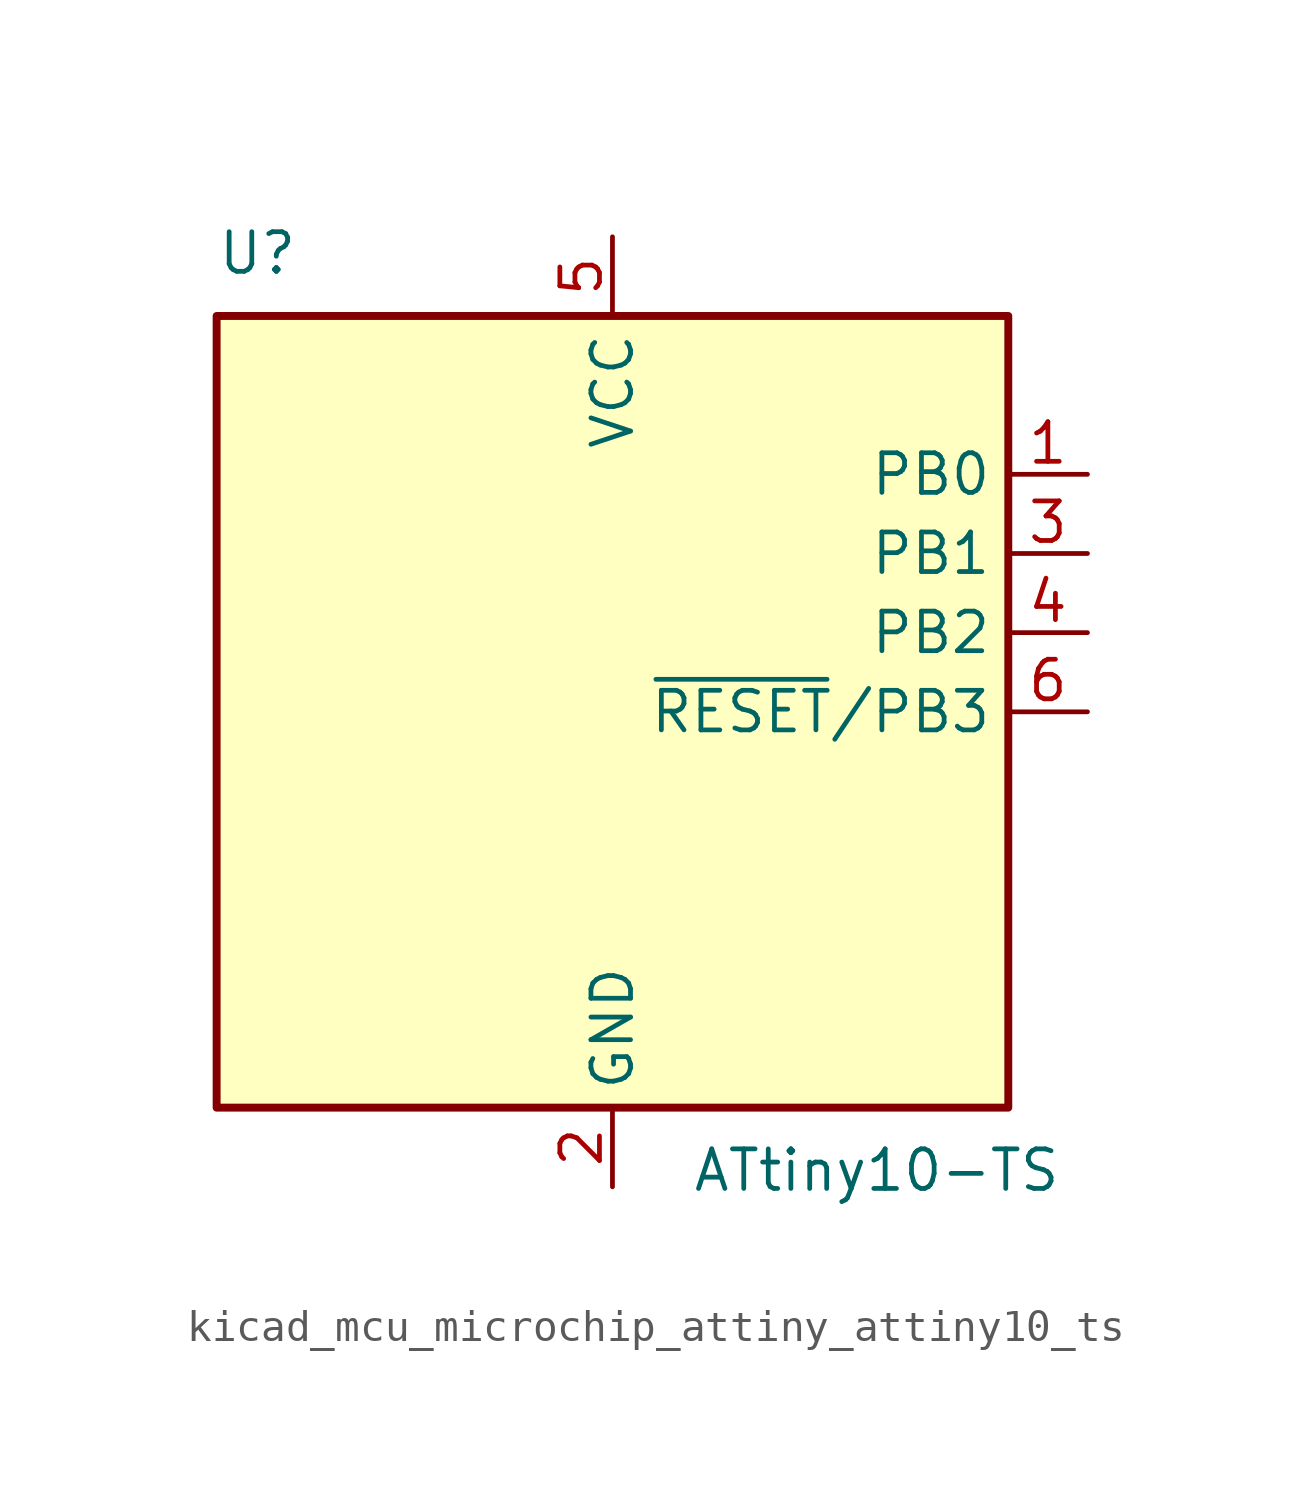
<source format=kicad_sym>
(kicad_symbol_lib
  (version 20220914)
  (generator kicad_symbol_editor)
  (symbol "kicad_mcu_microchip_attiny_attiny10_ts"
    (property "Reference" "U"
      (at -12.7 13.97 0)
      (effects (font (size 1.27 1.27)) (justify left bottom)))
    (property "Value" "ATtiny10-TS"
      (at 2.54 -13.97 0)
      (effects (font (size 1.27 1.27)) (justify left top)))
    (symbol "kicad_mcu_microchip_attiny_attiny10_ts_0_1"
      (rectangle (start -12.7 -12.7) (end 12.7 12.7) (stroke (width 0.254) (type default)) (fill (type background))))
    (symbol "kicad_mcu_microchip_attiny_attiny10_ts_1_1"
      (pin bidirectional line (at 15.24 7.62 180) (length 2.54) (name "PB0" (effects (font (size 1.27 1.27)))) (number "1" (effects (font (size 1.27 1.27)))))
      (pin power_in line (at 0 -15.24 90) (length 2.54) (name "GND" (effects (font (size 1.27 1.27)))) (number "2" (effects (font (size 1.27 1.27)))))
      (pin bidirectional line (at 15.24 5.08 180) (length 2.54) (name "PB1" (effects (font (size 1.27 1.27)))) (number "3" (effects (font (size 1.27 1.27)))))
      (pin bidirectional line (at 15.24 2.54 180) (length 2.54) (name "PB2" (effects (font (size 1.27 1.27)))) (number "4" (effects (font (size 1.27 1.27)))))
      (pin power_in line (at 0 15.24 270) (length 2.54) (name "VCC" (effects (font (size 1.27 1.27)))) (number "5" (effects (font (size 1.27 1.27)))))
      (pin bidirectional line (at 15.24 0 180) (length 2.54) (name "~{RESET}/PB3" (effects (font (size 1.27 1.27)))) (number "6" (effects (font (size 1.27 1.27))))))))
</source>
